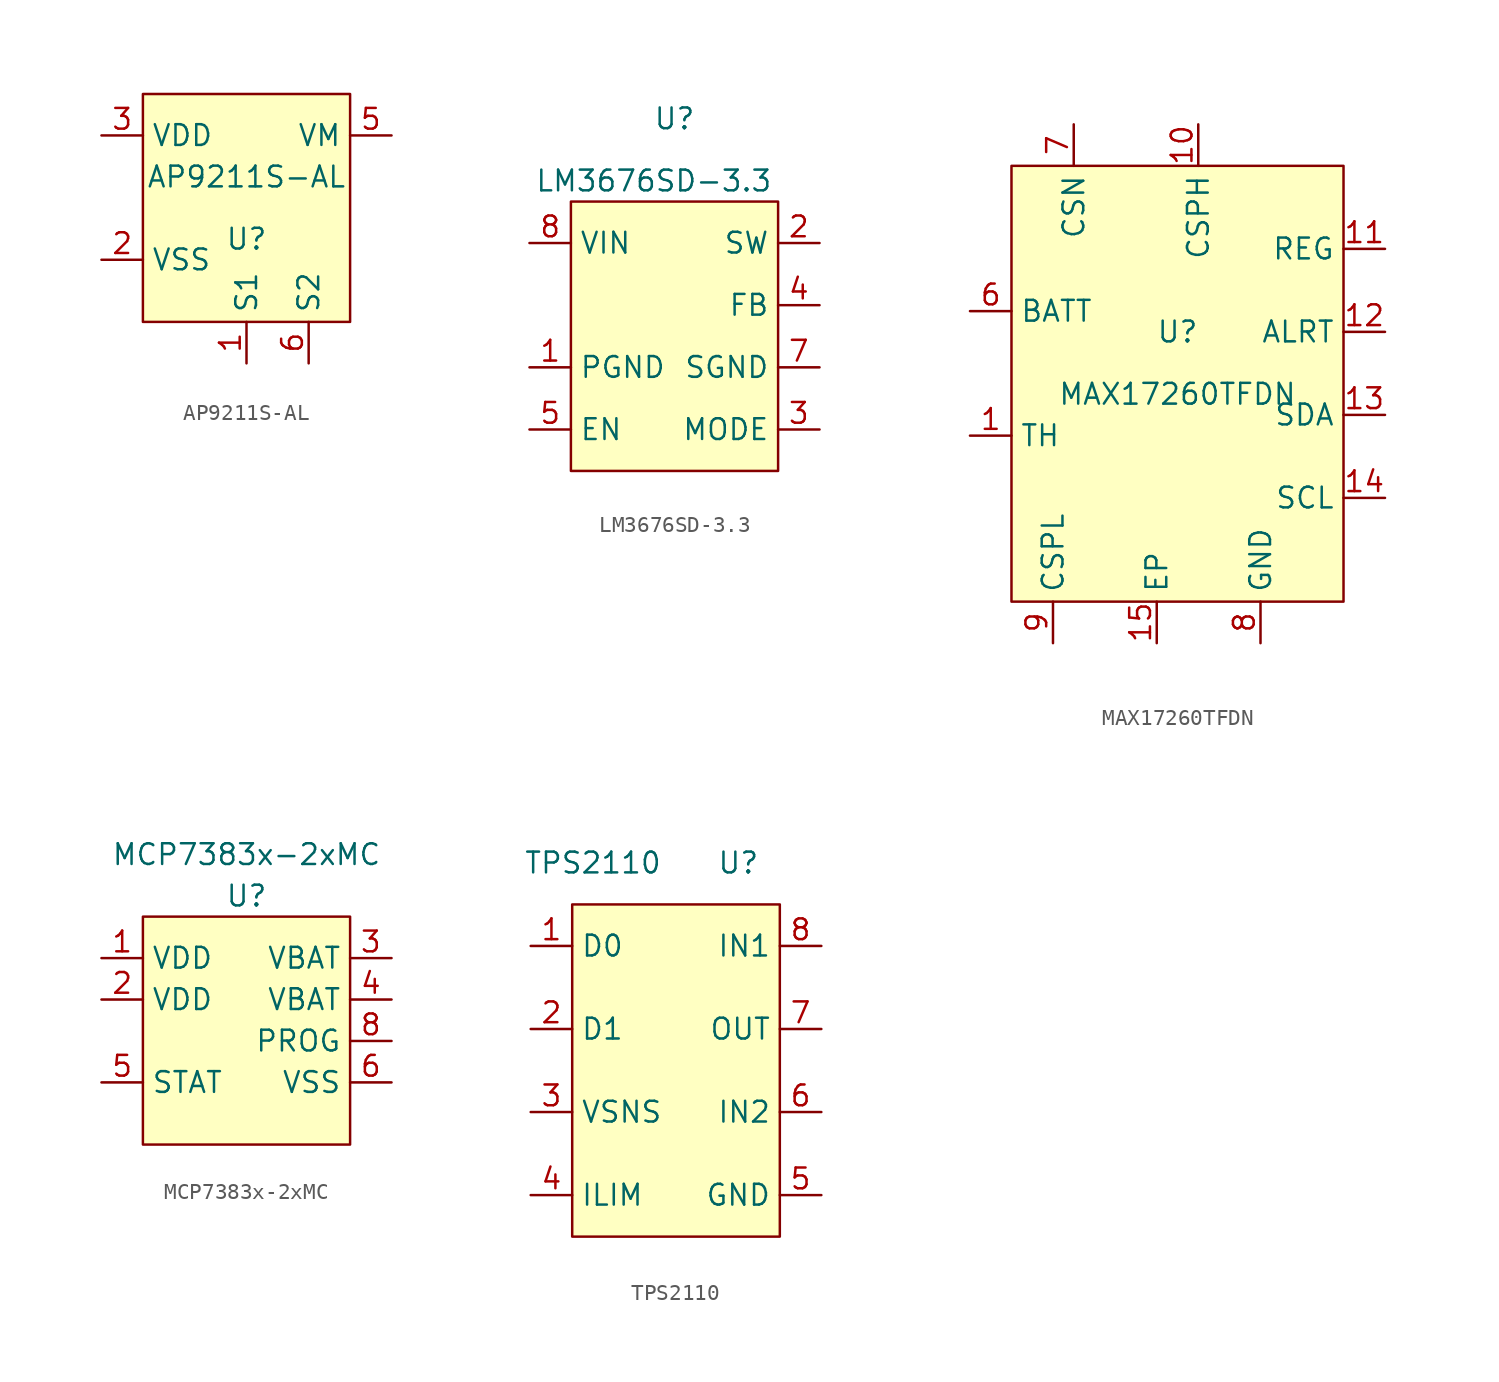
<source format=kicad_sym>
(kicad_symbol_lib
  (version 20211014)
  (generator kicad_symbol_editor)
  (symbol "AP9211S-AL"
    (property "Reference" "U"
      (at 0 0 0)
      (effects (font (size 1.27 1.27))))
    (property "Value" "AP9211S-AL"
      (at 0 3.81 0)
      (effects (font (size 1.27 1.27))))
    (symbol "AP9211S-AL_0_1"
      (rectangle (start -6.35 -5.08) (end 6.35 8.89) (stroke (width 0.152) (type default) (color 0 0 0 0)) (fill (type background))))
    (symbol "AP9211S-AL_1_1"
      (pin power_in line (at 0 -7.62 90) (length 2.54) (name "S1" (effects (font (size 1.27 1.27)))) (number "1" (effects (font (size 1.27 1.27)))))
      (pin power_in line (at -8.89 -1.27 0) (length 2.54) (name "VSS" (effects (font (size 1.27 1.27)))) (number "2" (effects (font (size 1.27 1.27)))))
      (pin power_in line (at -8.89 6.35 0) (length 2.54) (name "VDD" (effects (font (size 1.27 1.27)))) (number "3" (effects (font (size 1.27 1.27)))))
      (pin bidirectional line (at 8.89 6.35 180) (length 2.54) (name "VM" (effects (font (size 1.27 1.27)))) (number "5" (effects (font (size 1.27 1.27)))))
      (pin power_out line (at 3.81 -7.62 90) (length 2.54) (name "S2" (effects (font (size 1.27 1.27)))) (number "6" (effects (font (size 1.27 1.27)))))))
  (symbol "LM3676SD-3.3"
    (property "Reference" "U"
      (at 0 12.7 0)
      (effects (font (size 1.27 1.27))))
    (property "Value" "LM3676SD-3.3"
      (at -1.27 8.89 0)
      (effects (font (size 1.27 1.27))))
    (symbol "LM3676SD-3.3_0_1"
      (rectangle (start -6.35 7.62) (end 6.35 -8.89) (stroke (width 0.152) (type default) (color 0 0 0 0)) (fill (type background))))
    (symbol "LM3676SD-3.3_1_1"
      (pin power_in line (at -8.89 -2.54 0) (length 2.54) (name "PGND" (effects (font (size 1.27 1.27)))) (number "1" (effects (font (size 1.27 1.27)))))
      (pin power_out line (at 8.89 5.08 180) (length 2.54) (name "SW" (effects (font (size 1.27 1.27)))) (number "2" (effects (font (size 1.27 1.27)))))
      (pin bidirectional line (at 8.89 -6.35 180) (length 2.54) (name "MODE" (effects (font (size 1.27 1.27)))) (number "3" (effects (font (size 1.27 1.27)))))
      (pin bidirectional line (at 8.89 1.27 180) (length 2.54) (name "FB" (effects (font (size 1.27 1.27)))) (number "4" (effects (font (size 1.27 1.27)))))
      (pin bidirectional line (at -8.89 -6.35 0) (length 2.54) (name "EN" (effects (font (size 1.27 1.27)))) (number "5" (effects (font (size 1.27 1.27)))))
      (pin power_in line (at 8.89 -2.54 180) (length 2.54) (name "SGND" (effects (font (size 1.27 1.27)))) (number "7" (effects (font (size 1.27 1.27)))))
      (pin power_in line (at -8.89 5.08 0) (length 2.54) (name "VIN" (effects (font (size 1.27 1.27)))) (number "8" (effects (font (size 1.27 1.27)))))))
  (symbol "MAX17260TFDN"
    (property "Reference" "U"
      (at 0 6.35 0)
      (effects (font (size 1.27 1.27))))
    (property "Value" "MAX17260TFDN"
      (at 0 2.54 0)
      (effects (font (size 1.27 1.27))))
    (symbol "MAX17260TFDN_0_1"
      (rectangle (start -10.16 16.51) (end 10.16 -10.16) (stroke (width 0.152) (type default) (color 0 0 0 0)) (fill (type background))))
    (symbol "MAX17260TFDN_1_1"
      (pin bidirectional line (at -12.7 0 0) (length 2.54) (name "TH" (effects (font (size 1.27 1.27)))) (number "1" (effects (font (size 1.27 1.27)))))
      (pin bidirectional line (at 1.27 19.05 270) (length 2.54) (name "CSPH" (effects (font (size 1.27 1.27)))) (number "10" (effects (font (size 1.27 1.27)))))
      (pin bidirectional line (at 12.7 11.43 180) (length 2.54) (name "REG" (effects (font (size 1.27 1.27)))) (number "11" (effects (font (size 1.27 1.27)))))
      (pin bidirectional line (at 12.7 6.35 180) (length 2.54) (name "ALRT" (effects (font (size 1.27 1.27)))) (number "12" (effects (font (size 1.27 1.27)))))
      (pin bidirectional line (at 12.7 1.27 180) (length 2.54) (name "SDA" (effects (font (size 1.27 1.27)))) (number "13" (effects (font (size 1.27 1.27)))))
      (pin bidirectional line (at 12.7 -3.81 180) (length 2.54) (name "SCL" (effects (font (size 1.27 1.27)))) (number "14" (effects (font (size 1.27 1.27)))))
      (pin bidirectional line (at -1.27 -12.7 90) (length 2.54) (name "EP" (effects (font (size 1.27 1.27)))) (number "15" (effects (font (size 1.27 1.27)))))
      (pin power_in line (at -12.7 7.62 0) (length 2.54) (name "BATT" (effects (font (size 1.27 1.27)))) (number "6" (effects (font (size 1.27 1.27)))))
      (pin bidirectional line (at -6.35 19.05 270) (length 2.54) (name "CSN" (effects (font (size 1.27 1.27)))) (number "7" (effects (font (size 1.27 1.27)))))
      (pin power_in line (at 5.08 -12.7 90) (length 2.54) (name "GND" (effects (font (size 1.27 1.27)))) (number "8" (effects (font (size 1.27 1.27)))))
      (pin bidirectional line (at -7.62 -12.7 90) (length 2.54) (name "CSPL" (effects (font (size 1.27 1.27)))) (number "9" (effects (font (size 1.27 1.27)))))))
  (symbol "MCP7383x-2xMC"
    (property "Reference" "U"
      (at 0 8.89 0)
      (effects (font (size 1.27 1.27))))
    (property "Value" "MCP7383x-2xMC"
      (at 0 11.43 0)
      (effects (font (size 1.27 1.27))))
    (symbol "MCP7383x-2xMC_0_1"
      (rectangle (start 6.35 -6.35) (end -6.35 7.62) (stroke (width 0.152) (type default) (color 0 0 0 0)) (fill (type background))))
    (symbol "MCP7383x-2xMC_1_1"
      (pin power_in line (at -8.89 5.08 0) (length 2.54) (name "VDD" (effects (font (size 1.27 1.27)))) (number "1" (effects (font (size 1.27 1.27)))))
      (pin power_in line (at -8.89 2.54 0) (length 2.54) (name "VDD" (effects (font (size 1.27 1.27)))) (number "2" (effects (font (size 1.27 1.27)))))
      (pin power_out line (at 8.89 5.08 180) (length 2.54) (name "VBAT" (effects (font (size 1.27 1.27)))) (number "3" (effects (font (size 1.27 1.27)))))
      (pin power_out line (at 8.89 2.54 180) (length 2.54) (name "VBAT" (effects (font (size 1.27 1.27)))) (number "4" (effects (font (size 1.27 1.27)))))
      (pin bidirectional line (at -8.89 -2.54 0) (length 2.54) (name "STAT" (effects (font (size 1.27 1.27)))) (number "5" (effects (font (size 1.27 1.27)))))
      (pin bidirectional line (at 8.89 -2.54 180) (length 2.54) (name "VSS" (effects (font (size 1.27 1.27)))) (number "6" (effects (font (size 1.27 1.27)))))
      (pin bidirectional line (at 8.89 0 180) (length 2.54) (name "PROG" (effects (font (size 1.27 1.27)))) (number "8" (effects (font (size 1.27 1.27)))))))
  (symbol "TPS2110"
    (property "Reference" "U"
      (at 3.81 12.7 0)
      (effects (font (size 1.27 1.27))))
    (property "Value" "TPS2110"
      (at -5.08 12.7 0)
      (effects (font (size 1.27 1.27))))
    (symbol "TPS2110_0_1"
      (rectangle (start -6.35 10.16) (end 6.35 -10.16) (stroke (width 0.152) (type default) (color 0 0 0 0)) (fill (type background))))
    (symbol "TPS2110_1_1"
      (pin bidirectional line (at -8.89 7.62 0) (length 2.54) (name "D0" (effects (font (size 1.27 1.27)))) (number "1" (effects (font (size 1.27 1.27)))))
      (pin bidirectional line (at -8.89 2.54 0) (length 2.54) (name "D1" (effects (font (size 1.27 1.27)))) (number "2" (effects (font (size 1.27 1.27)))))
      (pin bidirectional line (at -8.89 -2.54 0) (length 2.54) (name "VSNS" (effects (font (size 1.27 1.27)))) (number "3" (effects (font (size 1.27 1.27)))))
      (pin bidirectional line (at -8.89 -7.62 0) (length 2.54) (name "ILIM" (effects (font (size 1.27 1.27)))) (number "4" (effects (font (size 1.27 1.27)))))
      (pin power_in line (at 8.89 -7.62 180) (length 2.54) (name "GND" (effects (font (size 1.27 1.27)))) (number "5" (effects (font (size 1.27 1.27)))))
      (pin power_in line (at 8.89 -2.54 180) (length 2.54) (name "IN2" (effects (font (size 1.27 1.27)))) (number "6" (effects (font (size 1.27 1.27)))))
      (pin power_out line (at 8.89 2.54 180) (length 2.54) (name "OUT" (effects (font (size 1.27 1.27)))) (number "7" (effects (font (size 1.27 1.27)))))
      (pin power_in line (at 8.89 7.62 180) (length 2.54) (name "IN1" (effects (font (size 1.27 1.27)))) (number "8" (effects (font (size 1.27 1.27))))))))
</source>
